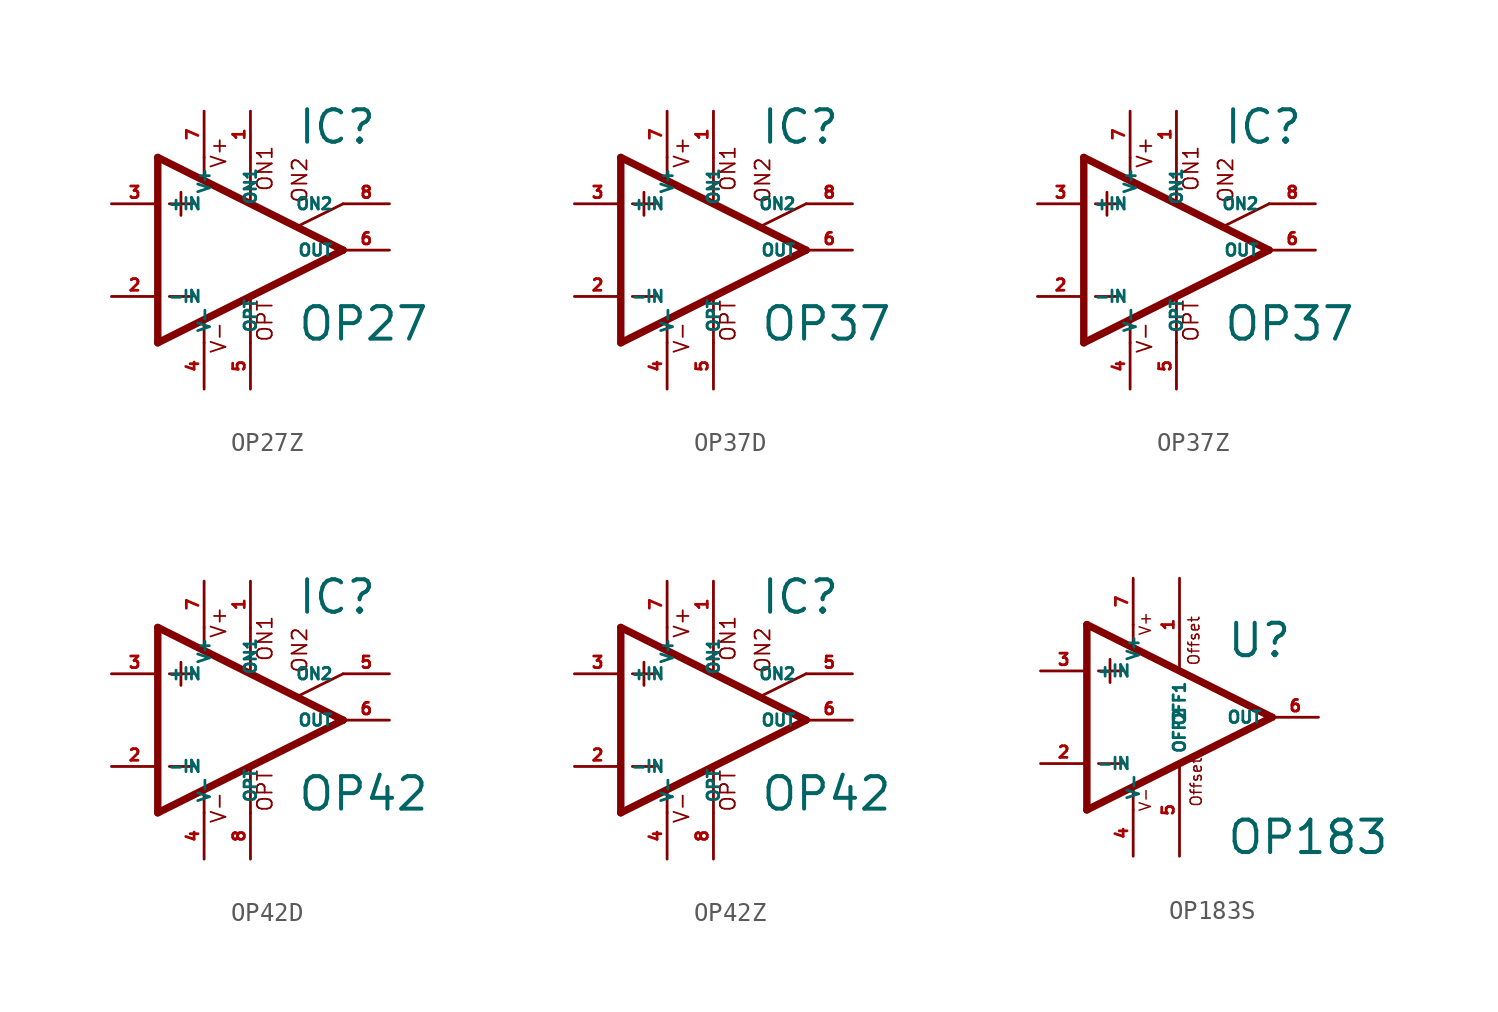
<source format=kicad_sym>
(kicad_symbol_lib
  (version 20220914)
  (generator Eagle2Kicad)
  (symbol "OP27Z"
    (property "Reference" "IC"
      (at 2.54 5.715 0)
      (effects (font (size 1.778 1.778) (thickness 0.22)) (justify left bottom)))
    (property "Value" "OP27"
      (at 2.54 -5.08 0)
      (effects (font (size 1.778 1.778) (thickness 0.22)) (justify left bottom)))
    (polyline
      (pts (xy -3.81 3.175) (xy -3.81 1.905))
      (stroke (width 0.152) (type default))
      (fill (type none)))
    (polyline
      (pts (xy -4.445 2.54) (xy -3.175 2.54))
      (stroke (width 0.152) (type default))
      (fill (type none)))
    (polyline
      (pts (xy -4.445 -2.54) (xy -3.175 -2.54))
      (stroke (width 0.152) (type default))
      (fill (type none)))
    (polyline
      (pts (xy -2.54 5.08) (xy -2.54 3.886))
      (stroke (width 0.152) (type default))
      (fill (type none)))
    (polyline
      (pts (xy 0 5.055) (xy 0 2.616))
      (stroke (width 0.152) (type default))
      (fill (type none)))
    (polyline
      (pts (xy 0 -2.616) (xy 0 -5.08))
      (stroke (width 0.152) (type default))
      (fill (type none)))
    (polyline
      (pts (xy -2.54 -3.912) (xy -2.54 -5.08))
      (stroke (width 0.152) (type default))
      (fill (type none)))
    (polyline
      (pts (xy 5.08 2.54) (xy 2.616 1.321))
      (stroke (width 0.152) (type default))
      (fill (type none)))
    (polyline
      (pts (xy 5.08 0) (xy -5.08 5.08))
      (stroke (width 0.406) (type default))
      (fill (type none)))
    (polyline
      (pts (xy -5.08 5.08) (xy -5.08 -5.08))
      (stroke (width 0.406) (type default))
      (fill (type none)))
    (polyline
      (pts (xy -5.08 -5.08) (xy 5.08 0))
      (stroke (width 0.406) (type default))
      (fill (type none)))
    (text "ON1"
      (at 1.27 3.175 900)
      (effects (font (size 0.813 0.813) (thickness 0.10)) (justify left bottom)))
    (text "ON2"
      (at 3.175 2.54 900)
      (effects (font (size 0.813 0.813) (thickness 0.10)) (justify left bottom)))
    (text "OPT"
      (at 1.27 -5.08 900)
      (effects (font (size 0.813 0.813) (thickness 0.10)) (justify left bottom)))
    (text "V+"
      (at -1.27 4.445 900)
      (effects (font (size 0.813 0.813) (thickness 0.10)) (justify left bottom)))
    (text "V-"
      (at -1.27 -5.715 900)
      (effects (font (size 0.813 0.813) (thickness 0.10)) (justify left bottom)))
    (pin passive line
      (at 7.62 2.54 180)
      (length 2.54)
      (name "ON2" (effects (font (size 0.635 0.635) (thickness 0.08)) (justify left bottom)))
      (number "8" (effects (font (size 0.635 0.635) (thickness 0.08)) (justify left bottom))))
    (pin passive line
      (at 0 7.62 270)
      (length 2.54)
      (name "ON1" (effects (font (size 0.635 0.635) (thickness 0.08)) (justify left bottom)))
      (number "1" (effects (font (size 0.635 0.635) (thickness 0.08)) (justify left bottom))))
    (pin input line
      (at -7.62 -2.54 0)
      (length 2.54)
      (name "-IN" (effects (font (size 0.635 0.635) (thickness 0.08)) (justify left bottom)))
      (number "2" (effects (font (size 0.635 0.635) (thickness 0.08)) (justify left bottom))))
    (pin input line
      (at -7.62 2.54 0)
      (length 2.54)
      (name "+IN" (effects (font (size 0.635 0.635) (thickness 0.08)) (justify left bottom)))
      (number "3" (effects (font (size 0.635 0.635) (thickness 0.08)) (justify left bottom))))
    (pin output line
      (at 7.62 0 180)
      (length 2.54)
      (name "OUT" (effects (font (size 0.635 0.635) (thickness 0.08)) (justify left bottom)))
      (number "6" (effects (font (size 0.635 0.635) (thickness 0.08)) (justify left bottom))))
    (pin passive line
      (at 0 -7.62 90)
      (length 2.54)
      (name "OPT" (effects (font (size 0.635 0.635) (thickness 0.08)) (justify left bottom)))
      (number "5" (effects (font (size 0.635 0.635) (thickness 0.08)) (justify left bottom))))
    (pin unspecified line
      (at -2.54 7.62 270)
      (length 2.54)
      (name "V+" (effects (font (size 0.635 0.635) (thickness 0.08)) (justify left bottom)))
      (number "7" (effects (font (size 0.635 0.635) (thickness 0.08)) (justify left bottom))))
    (pin unspecified line
      (at -2.54 -7.62 90)
      (length 2.54)
      (name "V-" (effects (font (size 0.635 0.635) (thickness 0.08)) (justify left bottom)))
      (number "4" (effects (font (size 0.635 0.635) (thickness 0.08)) (justify left bottom)))))
  (symbol "OP37D"
    (property "Reference" "IC"
      (at 2.54 5.715 0)
      (effects (font (size 1.778 1.778) (thickness 0.22)) (justify left bottom)))
    (property "Value" "OP37"
      (at 2.54 -5.08 0)
      (effects (font (size 1.778 1.778) (thickness 0.22)) (justify left bottom)))
    (polyline
      (pts (xy -3.81 3.175) (xy -3.81 1.905))
      (stroke (width 0.152) (type default))
      (fill (type none)))
    (polyline
      (pts (xy -4.445 2.54) (xy -3.175 2.54))
      (stroke (width 0.152) (type default))
      (fill (type none)))
    (polyline
      (pts (xy -4.445 -2.54) (xy -3.175 -2.54))
      (stroke (width 0.152) (type default))
      (fill (type none)))
    (polyline
      (pts (xy -2.54 5.08) (xy -2.54 3.886))
      (stroke (width 0.152) (type default))
      (fill (type none)))
    (polyline
      (pts (xy 0 5.055) (xy 0 2.616))
      (stroke (width 0.152) (type default))
      (fill (type none)))
    (polyline
      (pts (xy 0 -2.616) (xy 0 -5.08))
      (stroke (width 0.152) (type default))
      (fill (type none)))
    (polyline
      (pts (xy -2.54 -3.912) (xy -2.54 -5.08))
      (stroke (width 0.152) (type default))
      (fill (type none)))
    (polyline
      (pts (xy 5.08 2.54) (xy 2.616 1.321))
      (stroke (width 0.152) (type default))
      (fill (type none)))
    (polyline
      (pts (xy 5.08 0) (xy -5.08 5.08))
      (stroke (width 0.406) (type default))
      (fill (type none)))
    (polyline
      (pts (xy -5.08 5.08) (xy -5.08 -5.08))
      (stroke (width 0.406) (type default))
      (fill (type none)))
    (polyline
      (pts (xy -5.08 -5.08) (xy 5.08 0))
      (stroke (width 0.406) (type default))
      (fill (type none)))
    (text "ON1"
      (at 1.27 3.175 900)
      (effects (font (size 0.813 0.813) (thickness 0.10)) (justify left bottom)))
    (text "ON2"
      (at 3.175 2.54 900)
      (effects (font (size 0.813 0.813) (thickness 0.10)) (justify left bottom)))
    (text "OPT"
      (at 1.27 -5.08 900)
      (effects (font (size 0.813 0.813) (thickness 0.10)) (justify left bottom)))
    (text "V+"
      (at -1.27 4.445 900)
      (effects (font (size 0.813 0.813) (thickness 0.10)) (justify left bottom)))
    (text "V-"
      (at -1.27 -5.715 900)
      (effects (font (size 0.813 0.813) (thickness 0.10)) (justify left bottom)))
    (pin passive line
      (at 7.62 2.54 180)
      (length 2.54)
      (name "ON2" (effects (font (size 0.635 0.635) (thickness 0.08)) (justify left bottom)))
      (number "8" (effects (font (size 0.635 0.635) (thickness 0.08)) (justify left bottom))))
    (pin passive line
      (at 0 7.62 270)
      (length 2.54)
      (name "ON1" (effects (font (size 0.635 0.635) (thickness 0.08)) (justify left bottom)))
      (number "1" (effects (font (size 0.635 0.635) (thickness 0.08)) (justify left bottom))))
    (pin input line
      (at -7.62 -2.54 0)
      (length 2.54)
      (name "-IN" (effects (font (size 0.635 0.635) (thickness 0.08)) (justify left bottom)))
      (number "2" (effects (font (size 0.635 0.635) (thickness 0.08)) (justify left bottom))))
    (pin input line
      (at -7.62 2.54 0)
      (length 2.54)
      (name "+IN" (effects (font (size 0.635 0.635) (thickness 0.08)) (justify left bottom)))
      (number "3" (effects (font (size 0.635 0.635) (thickness 0.08)) (justify left bottom))))
    (pin output line
      (at 7.62 0 180)
      (length 2.54)
      (name "OUT" (effects (font (size 0.635 0.635) (thickness 0.08)) (justify left bottom)))
      (number "6" (effects (font (size 0.635 0.635) (thickness 0.08)) (justify left bottom))))
    (pin passive line
      (at 0 -7.62 90)
      (length 2.54)
      (name "OPT" (effects (font (size 0.635 0.635) (thickness 0.08)) (justify left bottom)))
      (number "5" (effects (font (size 0.635 0.635) (thickness 0.08)) (justify left bottom))))
    (pin unspecified line
      (at -2.54 7.62 270)
      (length 2.54)
      (name "V+" (effects (font (size 0.635 0.635) (thickness 0.08)) (justify left bottom)))
      (number "7" (effects (font (size 0.635 0.635) (thickness 0.08)) (justify left bottom))))
    (pin unspecified line
      (at -2.54 -7.62 90)
      (length 2.54)
      (name "V-" (effects (font (size 0.635 0.635) (thickness 0.08)) (justify left bottom)))
      (number "4" (effects (font (size 0.635 0.635) (thickness 0.08)) (justify left bottom)))))
  (symbol "OP37Z"
    (property "Reference" "IC"
      (at 2.54 5.715 0)
      (effects (font (size 1.778 1.778) (thickness 0.22)) (justify left bottom)))
    (property "Value" "OP37"
      (at 2.54 -5.08 0)
      (effects (font (size 1.778 1.778) (thickness 0.22)) (justify left bottom)))
    (polyline
      (pts (xy -3.81 3.175) (xy -3.81 1.905))
      (stroke (width 0.152) (type default))
      (fill (type none)))
    (polyline
      (pts (xy -4.445 2.54) (xy -3.175 2.54))
      (stroke (width 0.152) (type default))
      (fill (type none)))
    (polyline
      (pts (xy -4.445 -2.54) (xy -3.175 -2.54))
      (stroke (width 0.152) (type default))
      (fill (type none)))
    (polyline
      (pts (xy -2.54 5.08) (xy -2.54 3.886))
      (stroke (width 0.152) (type default))
      (fill (type none)))
    (polyline
      (pts (xy 0 5.055) (xy 0 2.616))
      (stroke (width 0.152) (type default))
      (fill (type none)))
    (polyline
      (pts (xy 0 -2.616) (xy 0 -5.08))
      (stroke (width 0.152) (type default))
      (fill (type none)))
    (polyline
      (pts (xy -2.54 -3.912) (xy -2.54 -5.08))
      (stroke (width 0.152) (type default))
      (fill (type none)))
    (polyline
      (pts (xy 5.08 2.54) (xy 2.616 1.321))
      (stroke (width 0.152) (type default))
      (fill (type none)))
    (polyline
      (pts (xy 5.08 0) (xy -5.08 5.08))
      (stroke (width 0.406) (type default))
      (fill (type none)))
    (polyline
      (pts (xy -5.08 5.08) (xy -5.08 -5.08))
      (stroke (width 0.406) (type default))
      (fill (type none)))
    (polyline
      (pts (xy -5.08 -5.08) (xy 5.08 0))
      (stroke (width 0.406) (type default))
      (fill (type none)))
    (text "ON1"
      (at 1.27 3.175 900)
      (effects (font (size 0.813 0.813) (thickness 0.10)) (justify left bottom)))
    (text "ON2"
      (at 3.175 2.54 900)
      (effects (font (size 0.813 0.813) (thickness 0.10)) (justify left bottom)))
    (text "OPT"
      (at 1.27 -5.08 900)
      (effects (font (size 0.813 0.813) (thickness 0.10)) (justify left bottom)))
    (text "V+"
      (at -1.27 4.445 900)
      (effects (font (size 0.813 0.813) (thickness 0.10)) (justify left bottom)))
    (text "V-"
      (at -1.27 -5.715 900)
      (effects (font (size 0.813 0.813) (thickness 0.10)) (justify left bottom)))
    (pin passive line
      (at 7.62 2.54 180)
      (length 2.54)
      (name "ON2" (effects (font (size 0.635 0.635) (thickness 0.08)) (justify left bottom)))
      (number "8" (effects (font (size 0.635 0.635) (thickness 0.08)) (justify left bottom))))
    (pin passive line
      (at 0 7.62 270)
      (length 2.54)
      (name "ON1" (effects (font (size 0.635 0.635) (thickness 0.08)) (justify left bottom)))
      (number "1" (effects (font (size 0.635 0.635) (thickness 0.08)) (justify left bottom))))
    (pin input line
      (at -7.62 -2.54 0)
      (length 2.54)
      (name "-IN" (effects (font (size 0.635 0.635) (thickness 0.08)) (justify left bottom)))
      (number "2" (effects (font (size 0.635 0.635) (thickness 0.08)) (justify left bottom))))
    (pin input line
      (at -7.62 2.54 0)
      (length 2.54)
      (name "+IN" (effects (font (size 0.635 0.635) (thickness 0.08)) (justify left bottom)))
      (number "3" (effects (font (size 0.635 0.635) (thickness 0.08)) (justify left bottom))))
    (pin output line
      (at 7.62 0 180)
      (length 2.54)
      (name "OUT" (effects (font (size 0.635 0.635) (thickness 0.08)) (justify left bottom)))
      (number "6" (effects (font (size 0.635 0.635) (thickness 0.08)) (justify left bottom))))
    (pin passive line
      (at 0 -7.62 90)
      (length 2.54)
      (name "OPT" (effects (font (size 0.635 0.635) (thickness 0.08)) (justify left bottom)))
      (number "5" (effects (font (size 0.635 0.635) (thickness 0.08)) (justify left bottom))))
    (pin unspecified line
      (at -2.54 7.62 270)
      (length 2.54)
      (name "V+" (effects (font (size 0.635 0.635) (thickness 0.08)) (justify left bottom)))
      (number "7" (effects (font (size 0.635 0.635) (thickness 0.08)) (justify left bottom))))
    (pin unspecified line
      (at -2.54 -7.62 90)
      (length 2.54)
      (name "V-" (effects (font (size 0.635 0.635) (thickness 0.08)) (justify left bottom)))
      (number "4" (effects (font (size 0.635 0.635) (thickness 0.08)) (justify left bottom)))))
  (symbol "OP42D"
    (property "Reference" "IC"
      (at 2.54 5.715 0)
      (effects (font (size 1.778 1.778) (thickness 0.22)) (justify left bottom)))
    (property "Value" "OP42"
      (at 2.54 -5.08 0)
      (effects (font (size 1.778 1.778) (thickness 0.22)) (justify left bottom)))
    (polyline
      (pts (xy -3.81 3.175) (xy -3.81 1.905))
      (stroke (width 0.152) (type default))
      (fill (type none)))
    (polyline
      (pts (xy -4.445 2.54) (xy -3.175 2.54))
      (stroke (width 0.152) (type default))
      (fill (type none)))
    (polyline
      (pts (xy -4.445 -2.54) (xy -3.175 -2.54))
      (stroke (width 0.152) (type default))
      (fill (type none)))
    (polyline
      (pts (xy -2.54 5.08) (xy -2.54 3.886))
      (stroke (width 0.152) (type default))
      (fill (type none)))
    (polyline
      (pts (xy 0 5.055) (xy 0 2.616))
      (stroke (width 0.152) (type default))
      (fill (type none)))
    (polyline
      (pts (xy 0 -2.616) (xy 0 -5.08))
      (stroke (width 0.152) (type default))
      (fill (type none)))
    (polyline
      (pts (xy -2.54 -3.912) (xy -2.54 -5.08))
      (stroke (width 0.152) (type default))
      (fill (type none)))
    (polyline
      (pts (xy 5.08 2.54) (xy 2.616 1.321))
      (stroke (width 0.152) (type default))
      (fill (type none)))
    (polyline
      (pts (xy 5.08 0) (xy -5.08 5.08))
      (stroke (width 0.406) (type default))
      (fill (type none)))
    (polyline
      (pts (xy -5.08 5.08) (xy -5.08 -5.08))
      (stroke (width 0.406) (type default))
      (fill (type none)))
    (polyline
      (pts (xy -5.08 -5.08) (xy 5.08 0))
      (stroke (width 0.406) (type default))
      (fill (type none)))
    (text "ON1"
      (at 1.27 3.175 900)
      (effects (font (size 0.813 0.813) (thickness 0.10)) (justify left bottom)))
    (text "ON2"
      (at 3.175 2.54 900)
      (effects (font (size 0.813 0.813) (thickness 0.10)) (justify left bottom)))
    (text "OPT"
      (at 1.27 -5.08 900)
      (effects (font (size 0.813 0.813) (thickness 0.10)) (justify left bottom)))
    (text "V+"
      (at -1.27 4.445 900)
      (effects (font (size 0.813 0.813) (thickness 0.10)) (justify left bottom)))
    (text "V-"
      (at -1.27 -5.715 900)
      (effects (font (size 0.813 0.813) (thickness 0.10)) (justify left bottom)))
    (pin passive line
      (at 7.62 2.54 180)
      (length 2.54)
      (name "ON2" (effects (font (size 0.635 0.635) (thickness 0.08)) (justify left bottom)))
      (number "5" (effects (font (size 0.635 0.635) (thickness 0.08)) (justify left bottom))))
    (pin passive line
      (at 0 7.62 270)
      (length 2.54)
      (name "ON1" (effects (font (size 0.635 0.635) (thickness 0.08)) (justify left bottom)))
      (number "1" (effects (font (size 0.635 0.635) (thickness 0.08)) (justify left bottom))))
    (pin input line
      (at -7.62 -2.54 0)
      (length 2.54)
      (name "-IN" (effects (font (size 0.635 0.635) (thickness 0.08)) (justify left bottom)))
      (number "2" (effects (font (size 0.635 0.635) (thickness 0.08)) (justify left bottom))))
    (pin input line
      (at -7.62 2.54 0)
      (length 2.54)
      (name "+IN" (effects (font (size 0.635 0.635) (thickness 0.08)) (justify left bottom)))
      (number "3" (effects (font (size 0.635 0.635) (thickness 0.08)) (justify left bottom))))
    (pin output line
      (at 7.62 0 180)
      (length 2.54)
      (name "OUT" (effects (font (size 0.635 0.635) (thickness 0.08)) (justify left bottom)))
      (number "6" (effects (font (size 0.635 0.635) (thickness 0.08)) (justify left bottom))))
    (pin passive line
      (at 0 -7.62 90)
      (length 2.54)
      (name "OPT" (effects (font (size 0.635 0.635) (thickness 0.08)) (justify left bottom)))
      (number "8" (effects (font (size 0.635 0.635) (thickness 0.08)) (justify left bottom))))
    (pin unspecified line
      (at -2.54 7.62 270)
      (length 2.54)
      (name "V+" (effects (font (size 0.635 0.635) (thickness 0.08)) (justify left bottom)))
      (number "7" (effects (font (size 0.635 0.635) (thickness 0.08)) (justify left bottom))))
    (pin unspecified line
      (at -2.54 -7.62 90)
      (length 2.54)
      (name "V-" (effects (font (size 0.635 0.635) (thickness 0.08)) (justify left bottom)))
      (number "4" (effects (font (size 0.635 0.635) (thickness 0.08)) (justify left bottom)))))
  (symbol "OP42Z"
    (property "Reference" "IC"
      (at 2.54 5.715 0)
      (effects (font (size 1.778 1.778) (thickness 0.22)) (justify left bottom)))
    (property "Value" "OP42"
      (at 2.54 -5.08 0)
      (effects (font (size 1.778 1.778) (thickness 0.22)) (justify left bottom)))
    (polyline
      (pts (xy -3.81 3.175) (xy -3.81 1.905))
      (stroke (width 0.152) (type default))
      (fill (type none)))
    (polyline
      (pts (xy -4.445 2.54) (xy -3.175 2.54))
      (stroke (width 0.152) (type default))
      (fill (type none)))
    (polyline
      (pts (xy -4.445 -2.54) (xy -3.175 -2.54))
      (stroke (width 0.152) (type default))
      (fill (type none)))
    (polyline
      (pts (xy -2.54 5.08) (xy -2.54 3.886))
      (stroke (width 0.152) (type default))
      (fill (type none)))
    (polyline
      (pts (xy 0 5.055) (xy 0 2.616))
      (stroke (width 0.152) (type default))
      (fill (type none)))
    (polyline
      (pts (xy 0 -2.616) (xy 0 -5.08))
      (stroke (width 0.152) (type default))
      (fill (type none)))
    (polyline
      (pts (xy -2.54 -3.912) (xy -2.54 -5.08))
      (stroke (width 0.152) (type default))
      (fill (type none)))
    (polyline
      (pts (xy 5.08 2.54) (xy 2.616 1.321))
      (stroke (width 0.152) (type default))
      (fill (type none)))
    (polyline
      (pts (xy 5.08 0) (xy -5.08 5.08))
      (stroke (width 0.406) (type default))
      (fill (type none)))
    (polyline
      (pts (xy -5.08 5.08) (xy -5.08 -5.08))
      (stroke (width 0.406) (type default))
      (fill (type none)))
    (polyline
      (pts (xy -5.08 -5.08) (xy 5.08 0))
      (stroke (width 0.406) (type default))
      (fill (type none)))
    (text "ON1"
      (at 1.27 3.175 900)
      (effects (font (size 0.813 0.813) (thickness 0.10)) (justify left bottom)))
    (text "ON2"
      (at 3.175 2.54 900)
      (effects (font (size 0.813 0.813) (thickness 0.10)) (justify left bottom)))
    (text "OPT"
      (at 1.27 -5.08 900)
      (effects (font (size 0.813 0.813) (thickness 0.10)) (justify left bottom)))
    (text "V+"
      (at -1.27 4.445 900)
      (effects (font (size 0.813 0.813) (thickness 0.10)) (justify left bottom)))
    (text "V-"
      (at -1.27 -5.715 900)
      (effects (font (size 0.813 0.813) (thickness 0.10)) (justify left bottom)))
    (pin passive line
      (at 7.62 2.54 180)
      (length 2.54)
      (name "ON2" (effects (font (size 0.635 0.635) (thickness 0.08)) (justify left bottom)))
      (number "5" (effects (font (size 0.635 0.635) (thickness 0.08)) (justify left bottom))))
    (pin passive line
      (at 0 7.62 270)
      (length 2.54)
      (name "ON1" (effects (font (size 0.635 0.635) (thickness 0.08)) (justify left bottom)))
      (number "1" (effects (font (size 0.635 0.635) (thickness 0.08)) (justify left bottom))))
    (pin input line
      (at -7.62 -2.54 0)
      (length 2.54)
      (name "-IN" (effects (font (size 0.635 0.635) (thickness 0.08)) (justify left bottom)))
      (number "2" (effects (font (size 0.635 0.635) (thickness 0.08)) (justify left bottom))))
    (pin input line
      (at -7.62 2.54 0)
      (length 2.54)
      (name "+IN" (effects (font (size 0.635 0.635) (thickness 0.08)) (justify left bottom)))
      (number "3" (effects (font (size 0.635 0.635) (thickness 0.08)) (justify left bottom))))
    (pin output line
      (at 7.62 0 180)
      (length 2.54)
      (name "OUT" (effects (font (size 0.635 0.635) (thickness 0.08)) (justify left bottom)))
      (number "6" (effects (font (size 0.635 0.635) (thickness 0.08)) (justify left bottom))))
    (pin passive line
      (at 0 -7.62 90)
      (length 2.54)
      (name "OPT" (effects (font (size 0.635 0.635) (thickness 0.08)) (justify left bottom)))
      (number "8" (effects (font (size 0.635 0.635) (thickness 0.08)) (justify left bottom))))
    (pin unspecified line
      (at -2.54 7.62 270)
      (length 2.54)
      (name "V+" (effects (font (size 0.635 0.635) (thickness 0.08)) (justify left bottom)))
      (number "7" (effects (font (size 0.635 0.635) (thickness 0.08)) (justify left bottom))))
    (pin unspecified line
      (at -2.54 -7.62 90)
      (length 2.54)
      (name "V-" (effects (font (size 0.635 0.635) (thickness 0.08)) (justify left bottom)))
      (number "4" (effects (font (size 0.635 0.635) (thickness 0.08)) (justify left bottom)))))
  (symbol "OP183S"
    (property "Reference" "U"
      (at 2.54 3.175 0)
      (effects (font (size 1.778 1.778) (thickness 0.22)) (justify left bottom)))
    (property "Value" "OP183"
      (at 2.54 -7.62 0)
      (effects (font (size 1.778 1.778) (thickness 0.22)) (justify left bottom)))
    (polyline
      (pts (xy -2.54 5.08) (xy -2.54 3.886))
      (stroke (width 0.152) (type default))
      (fill (type none)))
    (polyline
      (pts (xy -5.08 5.08) (xy -5.08 -5.08))
      (stroke (width 0.406) (type default))
      (fill (type none)))
    (polyline
      (pts (xy -5.08 -5.08) (xy 5.08 0))
      (stroke (width 0.406) (type default))
      (fill (type none)))
    (polyline
      (pts (xy 5.08 0) (xy -5.08 5.08))
      (stroke (width 0.406) (type default))
      (fill (type none)))
    (polyline
      (pts (xy -3.81 3.175) (xy -3.81 1.905))
      (stroke (width 0.152) (type default))
      (fill (type none)))
    (polyline
      (pts (xy -4.445 2.54) (xy -3.175 2.54))
      (stroke (width 0.152) (type default))
      (fill (type none)))
    (polyline
      (pts (xy -4.445 -2.54) (xy -3.175 -2.54))
      (stroke (width 0.152) (type default))
      (fill (type none)))
    (polyline
      (pts (xy -2.54 -3.886) (xy -2.54 -5.08))
      (stroke (width 0.152) (type default))
      (fill (type none)))
    (text "Offset"
      (at 1.27 -4.953 900)
      (effects (font (size 0.61 0.61) (thickness 0.08)) (justify left bottom)))
    (text "Offset"
      (at 1.143 2.794 900)
      (effects (font (size 0.61 0.61) (thickness 0.08)) (justify left bottom)))
    (text "V+"
      (at -1.524 4.445 900)
      (effects (font (size 0.61 0.61) (thickness 0.08)) (justify left bottom)))
    (text "V-"
      (at -1.524 -5.207 900)
      (effects (font (size 0.61 0.61) (thickness 0.08)) (justify left bottom)))
    (pin passive line
      (at 0 -7.62 90)
      (length 5.08)
      (name "OFF2" (effects (font (size 0.635 0.635) (thickness 0.08)) (justify left bottom)))
      (number "5" (effects (font (size 0.635 0.635) (thickness 0.08)) (justify left bottom))))
    (pin input line
      (at -7.62 -2.54 0)
      (length 2.54)
      (name "-IN" (effects (font (size 0.635 0.635) (thickness 0.08)) (justify left bottom)))
      (number "2" (effects (font (size 0.635 0.635) (thickness 0.08)) (justify left bottom))))
    (pin input line
      (at -7.62 2.54 0)
      (length 2.54)
      (name "+IN" (effects (font (size 0.635 0.635) (thickness 0.08)) (justify left bottom)))
      (number "3" (effects (font (size 0.635 0.635) (thickness 0.08)) (justify left bottom))))
    (pin passive line
      (at 0 7.62 270)
      (length 5.08)
      (name "OFF1" (effects (font (size 0.635 0.635) (thickness 0.08)) (justify left bottom)))
      (number "1" (effects (font (size 0.635 0.635) (thickness 0.08)) (justify left bottom))))
    (pin output line
      (at 7.62 0 180)
      (length 2.54)
      (name "OUT" (effects (font (size 0.635 0.635) (thickness 0.08)) (justify left bottom)))
      (number "6" (effects (font (size 0.635 0.635) (thickness 0.08)) (justify left bottom))))
    (pin unspecified line
      (at -2.54 7.62 270)
      (length 2.54)
      (name "V+" (effects (font (size 0.635 0.635) (thickness 0.08)) (justify left bottom)))
      (number "7" (effects (font (size 0.635 0.635) (thickness 0.08)) (justify left bottom))))
    (pin unspecified line
      (at -2.54 -7.62 90)
      (length 2.54)
      (name "V-" (effects (font (size 0.635 0.635) (thickness 0.08)) (justify left bottom)))
      (number "4" (effects (font (size 0.635 0.635) (thickness 0.08)) (justify left bottom))))))
</source>
